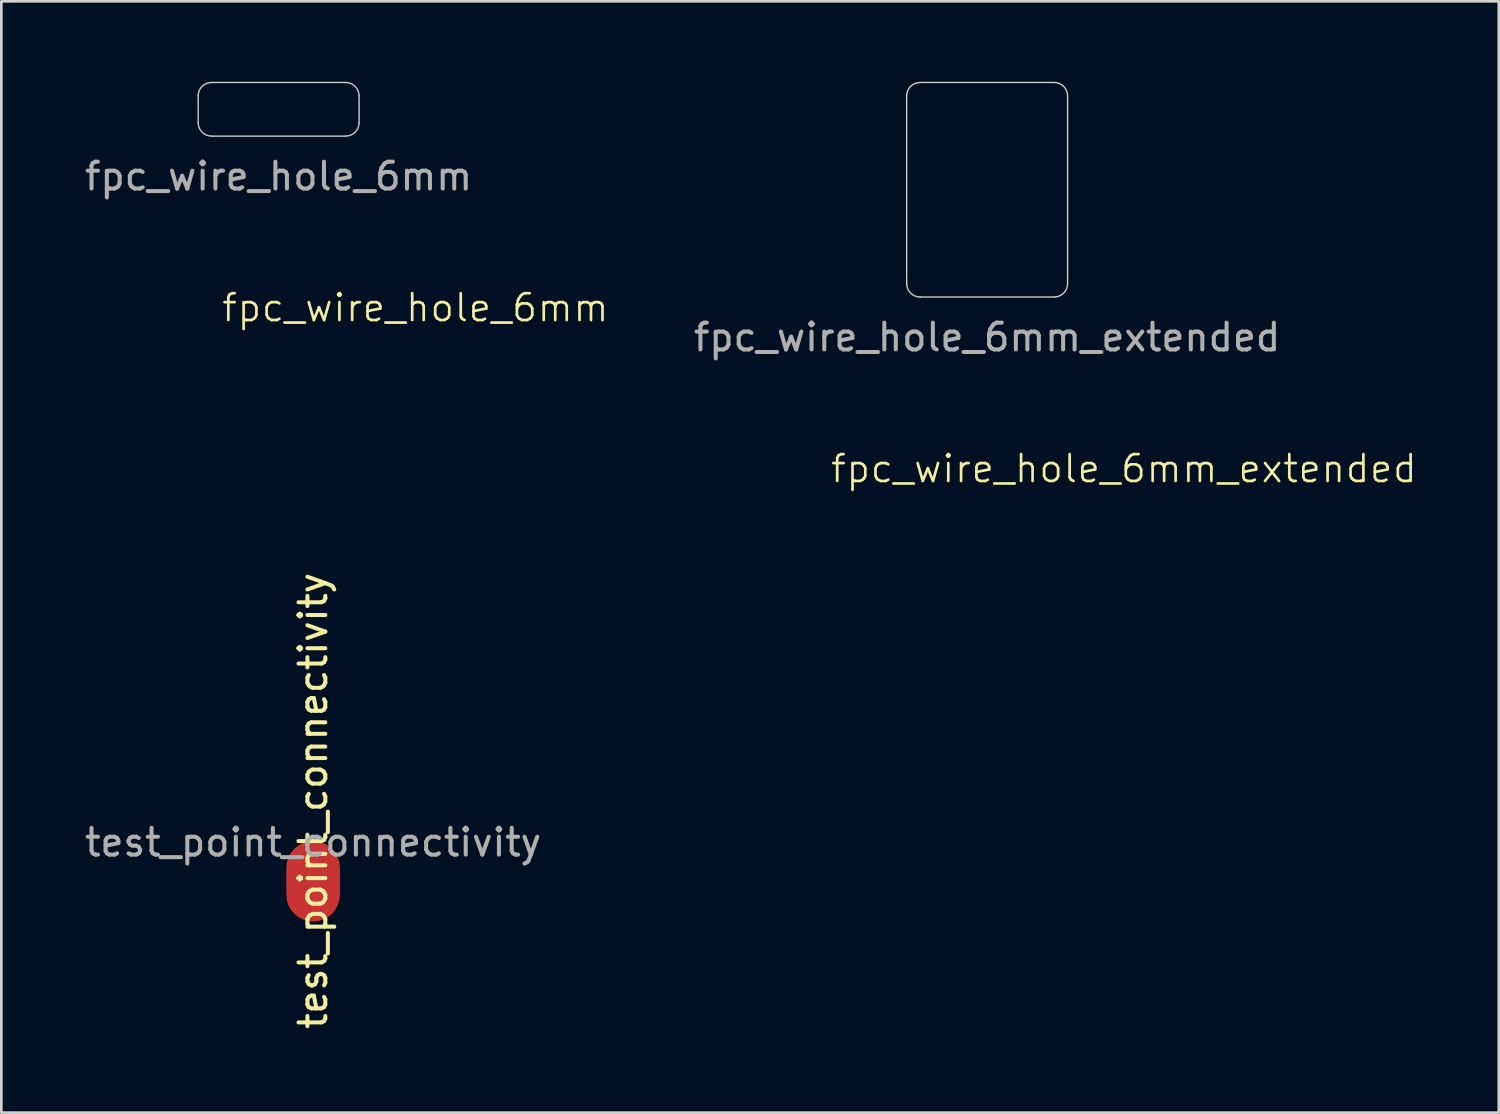
<source format=kicad_pcb>
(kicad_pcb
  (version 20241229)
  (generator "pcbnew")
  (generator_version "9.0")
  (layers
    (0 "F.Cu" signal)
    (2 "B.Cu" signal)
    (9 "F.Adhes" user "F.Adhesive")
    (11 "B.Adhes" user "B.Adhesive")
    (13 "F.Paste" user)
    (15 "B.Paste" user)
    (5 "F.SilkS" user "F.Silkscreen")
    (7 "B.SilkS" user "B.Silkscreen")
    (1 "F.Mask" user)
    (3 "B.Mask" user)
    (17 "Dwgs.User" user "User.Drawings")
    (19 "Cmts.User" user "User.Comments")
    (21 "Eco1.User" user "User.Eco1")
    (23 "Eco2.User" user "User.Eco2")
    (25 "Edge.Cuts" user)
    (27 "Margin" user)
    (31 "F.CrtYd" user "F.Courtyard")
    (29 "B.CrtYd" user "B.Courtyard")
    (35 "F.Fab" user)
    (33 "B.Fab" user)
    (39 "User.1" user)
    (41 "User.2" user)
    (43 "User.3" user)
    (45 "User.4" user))
  (footprint "fpc_wire_hole_6mm"
    (layer "F.Cu")
    (at 7.339 1.025)
    (property "Reference" "fpc_wire_hole_6mm" (at 5.1 7.4 0) (unlocked yes) (layer "F.SilkS") (effects (font (size 1 1) (thickness 0.1))))
    (attr smd)
    (fp_line (start -3 -0.5) (end -3 0.5) (stroke (width 0.05) (type default)) (layer "Edge.Cuts"))
    (fp_line (start -2.5 -1) (end 2.5 -1) (stroke (width 0.05) (type default)) (layer "Edge.Cuts"))
    (fp_line (start -2.5 1) (end 2.5 1) (stroke (width 0.05) (type default)) (layer "Edge.Cuts"))
    (fp_line (start 3 -0.5) (end 3 0.5) (stroke (width 0.05) (type default)) (layer "Edge.Cuts"))
    (fp_arc (start -3 -0.5) (mid -2.853553 -0.853553) (end -2.5 -1) (stroke (width 0.05) (type default)) (layer "Edge.Cuts"))
    (fp_arc (start -2.5 1) (mid -2.853553 0.853553) (end -3 0.5) (stroke (width 0.05) (type default)) (layer "Edge.Cuts"))
    (fp_arc (start 2.5 -1) (mid 2.853553 -0.853553) (end 3 -0.5) (stroke (width 0.05) (type default)) (layer "Edge.Cuts"))
    (fp_arc (start 3 0.5) (mid 2.853553 0.853553) (end 2.5 1) (stroke (width 0.05) (type default)) (layer "Edge.Cuts"))
    (fp_text user "${REFERENCE}" (at 0 2.5 0) (unlocked yes) (layer "F.Fab") (effects (font (size 1 1) (thickness 0.15)))))
  (footprint "test_point_connectivity"
    (layer "F.Cu")
    (at 8.625 29.811)
    (property "Reference" "test_point_connectivity" (at 0 -3 270) (layer "F.SilkS") (effects (font (size 1 1) (thickness 0.15))))
    (attr exclude_from_pos_files)
    (fp_text user "${REFERENCE}" (at 0 -1.45 0) (layer "F.Fab") (effects (font (size 1 1) (thickness 0.15))))
    (pad "1" smd roundrect (at 0 0) (size 2 3) (layers "F.Cu" "F.Mask") (roundrect_rratio 0.5)))
  (footprint "fpc_wire_hole_6mm_extended"
    (layer "F.Cu")
    (at 33.757 7.025)
    (property "Reference" "fpc_wire_hole_6mm_extended" (at 5.1 7.4 0) (unlocked yes) (layer "F.SilkS") (effects (font (size 1 1) (thickness 0.1))))
    (attr smd)
    (fp_line (start -3 0.5) (end -3 -6.5) (stroke (width 0.05) (type default)) (layer "Edge.Cuts"))
    (fp_line (start -2.5 -7) (end 2.5 -7) (stroke (width 0.05) (type default)) (layer "Edge.Cuts"))
    (fp_line (start -2.5 1) (end 2.5 1) (stroke (width 0.05) (type default)) (layer "Edge.Cuts"))
    (fp_line (start 3 0.5) (end 3 -6.5) (stroke (width 0.05) (type default)) (layer "Edge.Cuts"))
    (fp_arc (start -3 -6.5) (mid -2.853553 -6.853553) (end -2.5 -7) (stroke (width 0.05) (type default)) (layer "Edge.Cuts"))
    (fp_arc (start -2.5 1) (mid -2.853553 0.853553) (end -3 0.5) (stroke (width 0.05) (type default)) (layer "Edge.Cuts"))
    (fp_arc (start 2.5 -7) (mid 2.853553 -6.853553) (end 3 -6.5) (stroke (width 0.05) (type default)) (layer "Edge.Cuts"))
    (fp_arc (start 3 0.5) (mid 2.853554 0.853553) (end 2.5 1) (stroke (width 0.05) (type default)) (layer "Edge.Cuts"))
    (fp_text user "${REFERENCE}" (at 0 2.5 0) (unlocked yes) (layer "F.Fab") (effects (font (size 1 1) (thickness 0.15)))))
  (gr_rect
    (start -3 -3)
    (end 52.836 38.436)
    (stroke (width 0.1) (type default))
    (fill no)
    (layer "Edge.Cuts")))
</source>
